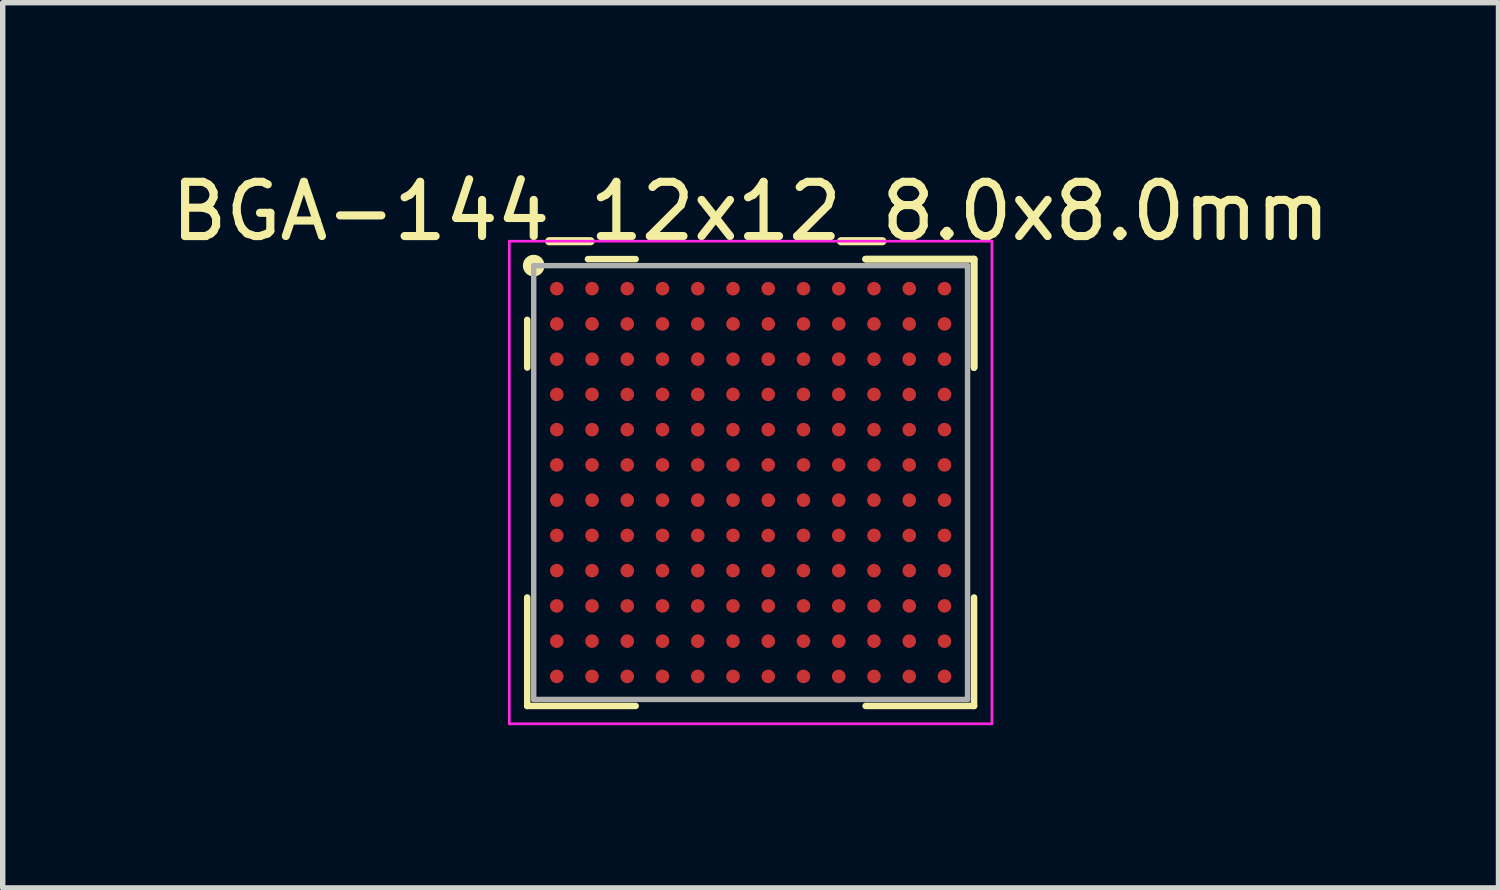
<source format=kicad_pcb>
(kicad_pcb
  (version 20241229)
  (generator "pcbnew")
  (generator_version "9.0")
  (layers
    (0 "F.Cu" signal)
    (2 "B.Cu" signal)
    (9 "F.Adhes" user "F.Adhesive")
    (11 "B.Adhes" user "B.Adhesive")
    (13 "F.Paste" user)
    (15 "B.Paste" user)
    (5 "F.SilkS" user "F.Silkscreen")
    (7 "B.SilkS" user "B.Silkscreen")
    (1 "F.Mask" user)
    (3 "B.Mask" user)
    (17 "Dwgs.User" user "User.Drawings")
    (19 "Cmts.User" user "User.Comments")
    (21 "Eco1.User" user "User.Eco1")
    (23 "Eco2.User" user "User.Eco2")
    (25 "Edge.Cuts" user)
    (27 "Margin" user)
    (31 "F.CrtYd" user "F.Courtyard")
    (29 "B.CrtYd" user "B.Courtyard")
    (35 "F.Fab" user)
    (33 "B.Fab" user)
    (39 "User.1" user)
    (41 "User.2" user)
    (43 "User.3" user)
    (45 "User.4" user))
  (footprint "BGA-144_12x12_8.0x8.0mm"
    (layer "F.Cu")
    (at 10.792 5.848)
    (property "Reference" "BGA-144_12x12_8.0x8.0mm" (at 0 -5 0) (layer "F.SilkS") (effects (font (size 1 1) (thickness 0.15))))
    (attr smd)
    (fp_line (start -4.12 -3) (end -4.12 -2.12) (stroke (width 0.12) (type solid)) (layer "F.SilkS"))
    (fp_line (start -4.12 4.12) (end -4.12 2.12) (stroke (width 0.12) (type solid)) (layer "F.SilkS"))
    (fp_line (start -2.12 -4.12) (end -3 -4.12) (stroke (width 0.12) (type solid)) (layer "F.SilkS"))
    (fp_line (start -2.12 4.12) (end -4.12 4.12) (stroke (width 0.12) (type solid)) (layer "F.SilkS"))
    (fp_line (start 2.12 -4.12) (end 4.12 -4.12) (stroke (width 0.12) (type solid)) (layer "F.SilkS"))
    (fp_line (start 2.12 -4.12) (end 4.12 -4.12) (stroke (width 0.12) (type solid)) (layer "F.SilkS"))
    (fp_line (start 2.12 -4.12) (end 4.12 -4.12) (stroke (width 0.12) (type solid)) (layer "F.SilkS"))
    (fp_line (start 2.12 4.12) (end 4.12 4.12) (stroke (width 0.12) (type solid)) (layer "F.SilkS"))
    (fp_line (start 4.12 -4.12) (end 4.12 -2.12) (stroke (width 0.12) (type solid)) (layer "F.SilkS"))
    (fp_line (start 4.12 -4.12) (end 4.12 -2.12) (stroke (width 0.12) (type solid)) (layer "F.SilkS"))
    (fp_line (start 4.12 -4.12) (end 4.12 -2.12) (stroke (width 0.12) (type solid)) (layer "F.SilkS"))
    (fp_line (start 4.12 4.12) (end 4.12 2.12) (stroke (width 0.12) (type solid)) (layer "F.SilkS"))
    (fp_circle (center -4 -4) (end -4 -3.9) (stroke (width 0.2) (type solid)) (fill no) (layer "F.SilkS"))
    (fp_line (start -4.45 -4.45) (end 4.45 -4.45) (stroke (width 0.05) (type solid)) (layer "F.CrtYd"))
    (fp_line (start -4.45 4.45) (end -4.45 -4.45) (stroke (width 0.05) (type solid)) (layer "F.CrtYd"))
    (fp_line (start 4.45 -4.45) (end 4.45 4.45) (stroke (width 0.05) (type solid)) (layer "F.CrtYd"))
    (fp_line (start 4.45 4.45) (end -4.45 4.45) (stroke (width 0.05) (type solid)) (layer "F.CrtYd"))
    (fp_line (start -4 -4) (end -4 4) (stroke (width 0.1) (type solid)) (layer "F.Fab"))
    (fp_line (start -4 4) (end 4 4) (stroke (width 0.1) (type solid)) (layer "F.Fab"))
    (fp_line (start 4 -4) (end -4 -4) (stroke (width 0.1) (type solid)) (layer "F.Fab"))
    (fp_line (start 4 4) (end 4 -4) (stroke (width 0.1) (type solid)) (layer "F.Fab"))
    (pad "A1" smd circle (at -3.575 -3.575) (size 0.25 0.25) (layers "F.Cu" "F.Mask" "F.Paste"))
    (pad "A2" smd circle (at -2.925 -3.575) (size 0.25 0.25) (layers "F.Cu" "F.Mask" "F.Paste"))
    (pad "A3" smd circle (at -2.275 -3.575) (size 0.25 0.25) (layers "F.Cu" "F.Mask" "F.Paste"))
    (pad "A4" smd circle (at -1.625 -3.575) (size 0.25 0.25) (layers "F.Cu" "F.Mask" "F.Paste"))
    (pad "A5" smd circle (at -0.975 -3.575) (size 0.25 0.25) (layers "F.Cu" "F.Mask" "F.Paste"))
    (pad "A6" smd circle (at -0.325 -3.575) (size 0.25 0.25) (layers "F.Cu" "F.Mask" "F.Paste"))
    (pad "A7" smd circle (at 0.325 -3.575) (size 0.25 0.25) (layers "F.Cu" "F.Mask" "F.Paste"))
    (pad "A8" smd circle (at 0.975 -3.575) (size 0.25 0.25) (layers "F.Cu" "F.Mask" "F.Paste"))
    (pad "A9" smd circle (at 1.625 -3.575) (size 0.25 0.25) (layers "F.Cu" "F.Mask" "F.Paste"))
    (pad "A10" smd circle (at 2.275 -3.575) (size 0.25 0.25) (layers "F.Cu" "F.Mask" "F.Paste"))
    (pad "A11" smd circle (at 2.925 -3.575) (size 0.25 0.25) (layers "F.Cu" "F.Mask" "F.Paste"))
    (pad "A12" smd circle (at 3.575 -3.575) (size 0.25 0.25) (layers "F.Cu" "F.Mask" "F.Paste"))
    (pad "B1" smd circle (at -3.575 -2.925) (size 0.25 0.25) (layers "F.Cu" "F.Mask" "F.Paste"))
    (pad "B2" smd circle (at -2.925 -2.925) (size 0.25 0.25) (layers "F.Cu" "F.Mask" "F.Paste"))
    (pad "B3" smd circle (at -2.275 -2.925) (size 0.25 0.25) (layers "F.Cu" "F.Mask" "F.Paste"))
    (pad "B4" smd circle (at -1.625 -2.925) (size 0.25 0.25) (layers "F.Cu" "F.Mask" "F.Paste"))
    (pad "B5" smd circle (at -0.975 -2.925) (size 0.25 0.25) (layers "F.Cu" "F.Mask" "F.Paste"))
    (pad "B6" smd circle (at -0.325 -2.925) (size 0.25 0.25) (layers "F.Cu" "F.Mask" "F.Paste"))
    (pad "B7" smd circle (at 0.325 -2.925) (size 0.25 0.25) (layers "F.Cu" "F.Mask" "F.Paste"))
    (pad "B8" smd circle (at 0.975 -2.925) (size 0.25 0.25) (layers "F.Cu" "F.Mask" "F.Paste"))
    (pad "B9" smd circle (at 1.625 -2.925) (size 0.25 0.25) (layers "F.Cu" "F.Mask" "F.Paste"))
    (pad "B10" smd circle (at 2.275 -2.925) (size 0.25 0.25) (layers "F.Cu" "F.Mask" "F.Paste"))
    (pad "B11" smd circle (at 2.925 -2.925) (size 0.25 0.25) (layers "F.Cu" "F.Mask" "F.Paste"))
    (pad "B12" smd circle (at 3.575 -2.925) (size 0.25 0.25) (layers "F.Cu" "F.Mask" "F.Paste"))
    (pad "C1" smd circle (at -3.575 -2.275) (size 0.25 0.25) (layers "F.Cu" "F.Mask" "F.Paste"))
    (pad "C2" smd circle (at -2.925 -2.275) (size 0.25 0.25) (layers "F.Cu" "F.Mask" "F.Paste"))
    (pad "C3" smd circle (at -2.275 -2.275) (size 0.25 0.25) (layers "F.Cu" "F.Mask" "F.Paste"))
    (pad "C4" smd circle (at -1.625 -2.275) (size 0.25 0.25) (layers "F.Cu" "F.Mask" "F.Paste"))
    (pad "C5" smd circle (at -0.975 -2.275) (size 0.25 0.25) (layers "F.Cu" "F.Mask" "F.Paste"))
    (pad "C6" smd circle (at -0.325 -2.275) (size 0.25 0.25) (layers "F.Cu" "F.Mask" "F.Paste"))
    (pad "C7" smd circle (at 0.325 -2.275) (size 0.25 0.25) (layers "F.Cu" "F.Mask" "F.Paste"))
    (pad "C8" smd circle (at 0.975 -2.275) (size 0.25 0.25) (layers "F.Cu" "F.Mask" "F.Paste"))
    (pad "C9" smd circle (at 1.625 -2.275) (size 0.25 0.25) (layers "F.Cu" "F.Mask" "F.Paste"))
    (pad "C10" smd circle (at 2.275 -2.275) (size 0.25 0.25) (layers "F.Cu" "F.Mask" "F.Paste"))
    (pad "C11" smd circle (at 2.925 -2.275) (size 0.25 0.25) (layers "F.Cu" "F.Mask" "F.Paste"))
    (pad "C12" smd circle (at 3.575 -2.275) (size 0.25 0.25) (layers "F.Cu" "F.Mask" "F.Paste"))
    (pad "D1" smd circle (at -3.575 -1.625) (size 0.25 0.25) (layers "F.Cu" "F.Mask" "F.Paste"))
    (pad "D2" smd circle (at -2.925 -1.625) (size 0.25 0.25) (layers "F.Cu" "F.Mask" "F.Paste"))
    (pad "D3" smd circle (at -2.275 -1.625) (size 0.25 0.25) (layers "F.Cu" "F.Mask" "F.Paste"))
    (pad "D4" smd circle (at -1.625 -1.625) (size 0.25 0.25) (layers "F.Cu" "F.Mask" "F.Paste"))
    (pad "D5" smd circle (at -0.975 -1.625) (size 0.25 0.25) (layers "F.Cu" "F.Mask" "F.Paste"))
    (pad "D6" smd circle (at -0.325 -1.625) (size 0.25 0.25) (layers "F.Cu" "F.Mask" "F.Paste"))
    (pad "D7" smd circle (at 0.325 -1.625) (size 0.25 0.25) (layers "F.Cu" "F.Mask" "F.Paste"))
    (pad "D8" smd circle (at 0.975 -1.625) (size 0.25 0.25) (layers "F.Cu" "F.Mask" "F.Paste"))
    (pad "D9" smd circle (at 1.625 -1.625) (size 0.25 0.25) (layers "F.Cu" "F.Mask" "F.Paste"))
    (pad "D10" smd circle (at 2.275 -1.625) (size 0.25 0.25) (layers "F.Cu" "F.Mask" "F.Paste"))
    (pad "D11" smd circle (at 2.925 -1.625) (size 0.25 0.25) (layers "F.Cu" "F.Mask" "F.Paste"))
    (pad "D12" smd circle (at 3.575 -1.625) (size 0.25 0.25) (layers "F.Cu" "F.Mask" "F.Paste"))
    (pad "E1" smd circle (at -3.575 -0.975) (size 0.25 0.25) (layers "F.Cu" "F.Mask" "F.Paste"))
    (pad "E2" smd circle (at -2.925 -0.975) (size 0.25 0.25) (layers "F.Cu" "F.Mask" "F.Paste"))
    (pad "E3" smd circle (at -2.275 -0.975) (size 0.25 0.25) (layers "F.Cu" "F.Mask" "F.Paste"))
    (pad "E4" smd circle (at -1.625 -0.975) (size 0.25 0.25) (layers "F.Cu" "F.Mask" "F.Paste"))
    (pad "E5" smd circle (at -0.975 -0.975) (size 0.25 0.25) (layers "F.Cu" "F.Mask" "F.Paste"))
    (pad "E6" smd circle (at -0.325 -0.975) (size 0.25 0.25) (layers "F.Cu" "F.Mask" "F.Paste"))
    (pad "E7" smd circle (at 0.325 -0.975) (size 0.25 0.25) (layers "F.Cu" "F.Mask" "F.Paste"))
    (pad "E8" smd circle (at 0.975 -0.975) (size 0.25 0.25) (layers "F.Cu" "F.Mask" "F.Paste"))
    (pad "E9" smd circle (at 1.625 -0.975) (size 0.25 0.25) (layers "F.Cu" "F.Mask" "F.Paste"))
    (pad "E10" smd circle (at 2.275 -0.975) (size 0.25 0.25) (layers "F.Cu" "F.Mask" "F.Paste"))
    (pad "E11" smd circle (at 2.925 -0.975) (size 0.25 0.25) (layers "F.Cu" "F.Mask" "F.Paste"))
    (pad "E12" smd circle (at 3.575 -0.975) (size 0.25 0.25) (layers "F.Cu" "F.Mask" "F.Paste"))
    (pad "F1" smd circle (at -3.575 -0.325) (size 0.25 0.25) (layers "F.Cu" "F.Mask" "F.Paste"))
    (pad "F2" smd circle (at -2.925 -0.325) (size 0.25 0.25) (layers "F.Cu" "F.Mask" "F.Paste"))
    (pad "F3" smd circle (at -2.275 -0.325) (size 0.25 0.25) (layers "F.Cu" "F.Mask" "F.Paste"))
    (pad "F4" smd circle (at -1.625 -0.325) (size 0.25 0.25) (layers "F.Cu" "F.Mask" "F.Paste"))
    (pad "F5" smd circle (at -0.975 -0.325) (size 0.25 0.25) (layers "F.Cu" "F.Mask" "F.Paste"))
    (pad "F6" smd circle (at -0.325 -0.325) (size 0.25 0.25) (layers "F.Cu" "F.Mask" "F.Paste"))
    (pad "F7" smd circle (at 0.325 -0.325) (size 0.25 0.25) (layers "F.Cu" "F.Mask" "F.Paste"))
    (pad "F8" smd circle (at 0.975 -0.325) (size 0.25 0.25) (layers "F.Cu" "F.Mask" "F.Paste"))
    (pad "F9" smd circle (at 1.625 -0.325) (size 0.25 0.25) (layers "F.Cu" "F.Mask" "F.Paste"))
    (pad "F10" smd circle (at 2.275 -0.325) (size 0.25 0.25) (layers "F.Cu" "F.Mask" "F.Paste"))
    (pad "F11" smd circle (at 2.925 -0.325) (size 0.25 0.25) (layers "F.Cu" "F.Mask" "F.Paste"))
    (pad "F12" smd circle (at 3.575 -0.325) (size 0.25 0.25) (layers "F.Cu" "F.Mask" "F.Paste"))
    (pad "G1" smd circle (at -3.575 0.325) (size 0.25 0.25) (layers "F.Cu" "F.Mask" "F.Paste"))
    (pad "G2" smd circle (at -2.925 0.325) (size 0.25 0.25) (layers "F.Cu" "F.Mask" "F.Paste"))
    (pad "G3" smd circle (at -2.275 0.325) (size 0.25 0.25) (layers "F.Cu" "F.Mask" "F.Paste"))
    (pad "G4" smd circle (at -1.625 0.325) (size 0.25 0.25) (layers "F.Cu" "F.Mask" "F.Paste"))
    (pad "G5" smd circle (at -0.975 0.325) (size 0.25 0.25) (layers "F.Cu" "F.Mask" "F.Paste"))
    (pad "G6" smd circle (at -0.325 0.325) (size 0.25 0.25) (layers "F.Cu" "F.Mask" "F.Paste"))
    (pad "G7" smd circle (at 0.325 0.325) (size 0.25 0.25) (layers "F.Cu" "F.Mask" "F.Paste"))
    (pad "G8" smd circle (at 0.975 0.325) (size 0.25 0.25) (layers "F.Cu" "F.Mask" "F.Paste"))
    (pad "G9" smd circle (at 1.625 0.325) (size 0.25 0.25) (layers "F.Cu" "F.Mask" "F.Paste"))
    (pad "G10" smd circle (at 2.275 0.325) (size 0.25 0.25) (layers "F.Cu" "F.Mask" "F.Paste"))
    (pad "G11" smd circle (at 2.925 0.325) (size 0.25 0.25) (layers "F.Cu" "F.Mask" "F.Paste"))
    (pad "G12" smd circle (at 3.575 0.325) (size 0.25 0.25) (layers "F.Cu" "F.Mask" "F.Paste"))
    (pad "H1" smd circle (at -3.575 0.975) (size 0.25 0.25) (layers "F.Cu" "F.Mask" "F.Paste"))
    (pad "H2" smd circle (at -2.925 0.975) (size 0.25 0.25) (layers "F.Cu" "F.Mask" "F.Paste"))
    (pad "H3" smd circle (at -2.275 0.975) (size 0.25 0.25) (layers "F.Cu" "F.Mask" "F.Paste"))
    (pad "H4" smd circle (at -1.625 0.975) (size 0.25 0.25) (layers "F.Cu" "F.Mask" "F.Paste"))
    (pad "H5" smd circle (at -0.975 0.975) (size 0.25 0.25) (layers "F.Cu" "F.Mask" "F.Paste"))
    (pad "H6" smd circle (at -0.325 0.975) (size 0.25 0.25) (layers "F.Cu" "F.Mask" "F.Paste"))
    (pad "H7" smd circle (at 0.325 0.975) (size 0.25 0.25) (layers "F.Cu" "F.Mask" "F.Paste"))
    (pad "H8" smd circle (at 0.975 0.975) (size 0.25 0.25) (layers "F.Cu" "F.Mask" "F.Paste"))
    (pad "H9" smd circle (at 1.625 0.975) (size 0.25 0.25) (layers "F.Cu" "F.Mask" "F.Paste"))
    (pad "H10" smd circle (at 2.275 0.975) (size 0.25 0.25) (layers "F.Cu" "F.Mask" "F.Paste"))
    (pad "H11" smd circle (at 2.925 0.975) (size 0.25 0.25) (layers "F.Cu" "F.Mask" "F.Paste"))
    (pad "H12" smd circle (at 3.575 0.975) (size 0.25 0.25) (layers "F.Cu" "F.Mask" "F.Paste"))
    (pad "J1" smd circle (at -3.575 1.625) (size 0.25 0.25) (layers "F.Cu" "F.Mask" "F.Paste"))
    (pad "J2" smd circle (at -2.925 1.625) (size 0.25 0.25) (layers "F.Cu" "F.Mask" "F.Paste"))
    (pad "J3" smd circle (at -2.275 1.625) (size 0.25 0.25) (layers "F.Cu" "F.Mask" "F.Paste"))
    (pad "J4" smd circle (at -1.625 1.625) (size 0.25 0.25) (layers "F.Cu" "F.Mask" "F.Paste"))
    (pad "J5" smd circle (at -0.975 1.625) (size 0.25 0.25) (layers "F.Cu" "F.Mask" "F.Paste"))
    (pad "J6" smd circle (at -0.325 1.625) (size 0.25 0.25) (layers "F.Cu" "F.Mask" "F.Paste"))
    (pad "J7" smd circle (at 0.325 1.625) (size 0.25 0.25) (layers "F.Cu" "F.Mask" "F.Paste"))
    (pad "J8" smd circle (at 0.975 1.625) (size 0.25 0.25) (layers "F.Cu" "F.Mask" "F.Paste"))
    (pad "J9" smd circle (at 1.625 1.625) (size 0.25 0.25) (layers "F.Cu" "F.Mask" "F.Paste"))
    (pad "J10" smd circle (at 2.275 1.625) (size 0.25 0.25) (layers "F.Cu" "F.Mask" "F.Paste"))
    (pad "J11" smd circle (at 2.925 1.625) (size 0.25 0.25) (layers "F.Cu" "F.Mask" "F.Paste"))
    (pad "J12" smd circle (at 3.575 1.625) (size 0.25 0.25) (layers "F.Cu" "F.Mask" "F.Paste"))
    (pad "K1" smd circle (at -3.575 2.275) (size 0.25 0.25) (layers "F.Cu" "F.Mask" "F.Paste"))
    (pad "K2" smd circle (at -2.925 2.275) (size 0.25 0.25) (layers "F.Cu" "F.Mask" "F.Paste"))
    (pad "K3" smd circle (at -2.275 2.275) (size 0.25 0.25) (layers "F.Cu" "F.Mask" "F.Paste"))
    (pad "K4" smd circle (at -1.625 2.275) (size 0.25 0.25) (layers "F.Cu" "F.Mask" "F.Paste"))
    (pad "K5" smd circle (at -0.975 2.275) (size 0.25 0.25) (layers "F.Cu" "F.Mask" "F.Paste"))
    (pad "K6" smd circle (at -0.325 2.275) (size 0.25 0.25) (layers "F.Cu" "F.Mask" "F.Paste"))
    (pad "K7" smd circle (at 0.325 2.275) (size 0.25 0.25) (layers "F.Cu" "F.Mask" "F.Paste"))
    (pad "K8" smd circle (at 0.975 2.275) (size 0.25 0.25) (layers "F.Cu" "F.Mask" "F.Paste"))
    (pad "K9" smd circle (at 1.625 2.275) (size 0.25 0.25) (layers "F.Cu" "F.Mask" "F.Paste"))
    (pad "K10" smd circle (at 2.275 2.275) (size 0.25 0.25) (layers "F.Cu" "F.Mask" "F.Paste"))
    (pad "K11" smd circle (at 2.925 2.275) (size 0.25 0.25) (layers "F.Cu" "F.Mask" "F.Paste"))
    (pad "K12" smd circle (at 3.575 2.275) (size 0.25 0.25) (layers "F.Cu" "F.Mask" "F.Paste"))
    (pad "L1" smd circle (at -3.575 2.925) (size 0.25 0.25) (layers "F.Cu" "F.Mask" "F.Paste"))
    (pad "L2" smd circle (at -2.925 2.925) (size 0.25 0.25) (layers "F.Cu" "F.Mask" "F.Paste"))
    (pad "L3" smd circle (at -2.275 2.925) (size 0.25 0.25) (layers "F.Cu" "F.Mask" "F.Paste"))
    (pad "L4" smd circle (at -1.625 2.925) (size 0.25 0.25) (layers "F.Cu" "F.Mask" "F.Paste"))
    (pad "L5" smd circle (at -0.975 2.925) (size 0.25 0.25) (layers "F.Cu" "F.Mask" "F.Paste"))
    (pad "L6" smd circle (at -0.325 2.925) (size 0.25 0.25) (layers "F.Cu" "F.Mask" "F.Paste"))
    (pad "L7" smd circle (at 0.325 2.925) (size 0.25 0.25) (layers "F.Cu" "F.Mask" "F.Paste"))
    (pad "L8" smd circle (at 0.975 2.925) (size 0.25 0.25) (layers "F.Cu" "F.Mask" "F.Paste"))
    (pad "L9" smd circle (at 1.625 2.925) (size 0.25 0.25) (layers "F.Cu" "F.Mask" "F.Paste"))
    (pad "L10" smd circle (at 2.275 2.925) (size 0.25 0.25) (layers "F.Cu" "F.Mask" "F.Paste"))
    (pad "L11" smd circle (at 2.925 2.925) (size 0.25 0.25) (layers "F.Cu" "F.Mask" "F.Paste"))
    (pad "L12" smd circle (at 3.575 2.925) (size 0.25 0.25) (layers "F.Cu" "F.Mask" "F.Paste"))
    (pad "M1" smd circle (at -3.575 3.575) (size 0.25 0.25) (layers "F.Cu" "F.Mask" "F.Paste"))
    (pad "M2" smd circle (at -2.925 3.575) (size 0.25 0.25) (layers "F.Cu" "F.Mask" "F.Paste"))
    (pad "M3" smd circle (at -2.275 3.575) (size 0.25 0.25) (layers "F.Cu" "F.Mask" "F.Paste"))
    (pad "M4" smd circle (at -1.625 3.575) (size 0.25 0.25) (layers "F.Cu" "F.Mask" "F.Paste"))
    (pad "M5" smd circle (at -0.975 3.575) (size 0.25 0.25) (layers "F.Cu" "F.Mask" "F.Paste"))
    (pad "M6" smd circle (at -0.325 3.575) (size 0.25 0.25) (layers "F.Cu" "F.Mask" "F.Paste"))
    (pad "M7" smd circle (at 0.325 3.575) (size 0.25 0.25) (layers "F.Cu" "F.Mask" "F.Paste"))
    (pad "M8" smd circle (at 0.975 3.575) (size 0.25 0.25) (layers "F.Cu" "F.Mask" "F.Paste"))
    (pad "M9" smd circle (at 1.625 3.575) (size 0.25 0.25) (layers "F.Cu" "F.Mask" "F.Paste"))
    (pad "M10" smd circle (at 2.275 3.575) (size 0.25 0.25) (layers "F.Cu" "F.Mask" "F.Paste"))
    (pad "M11" smd circle (at 2.925 3.575) (size 0.25 0.25) (layers "F.Cu" "F.Mask" "F.Paste"))
    (pad "M12" smd circle (at 3.575 3.575) (size 0.25 0.25) (layers "F.Cu" "F.Mask" "F.Paste")))
  (gr_rect
    (start -3 -3)
    (end 24.583 13.323)
    (stroke (width 0.1) (type default))
    (fill no)
    (layer "Edge.Cuts")))
</source>
